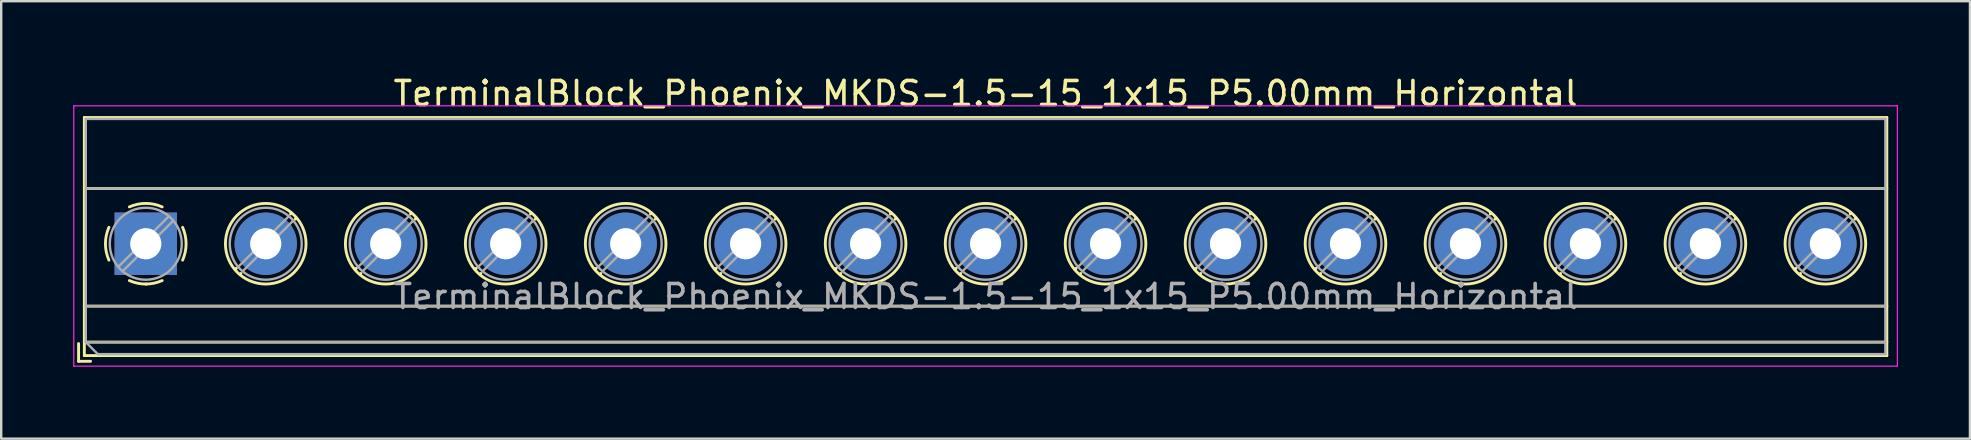
<source format=kicad_pcb>
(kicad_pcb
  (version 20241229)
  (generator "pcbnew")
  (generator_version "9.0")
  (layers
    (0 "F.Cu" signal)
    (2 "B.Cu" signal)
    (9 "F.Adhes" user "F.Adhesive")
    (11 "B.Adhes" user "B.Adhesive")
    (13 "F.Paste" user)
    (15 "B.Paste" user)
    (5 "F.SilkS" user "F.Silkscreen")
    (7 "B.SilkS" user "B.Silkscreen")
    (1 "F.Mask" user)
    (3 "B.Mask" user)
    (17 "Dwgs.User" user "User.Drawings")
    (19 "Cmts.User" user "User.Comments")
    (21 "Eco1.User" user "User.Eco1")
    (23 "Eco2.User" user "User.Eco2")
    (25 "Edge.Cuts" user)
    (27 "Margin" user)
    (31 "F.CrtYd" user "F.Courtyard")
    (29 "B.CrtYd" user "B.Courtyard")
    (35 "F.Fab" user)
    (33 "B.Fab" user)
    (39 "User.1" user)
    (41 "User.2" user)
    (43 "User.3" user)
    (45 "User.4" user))
  (footprint "TerminalBlock_Phoenix_MKDS-1.5-15_1x15_P5.00mm_Horizontal"
    (layer "F.Cu")
    (at 3.025 7.108)
    (property "Reference" "TerminalBlock_Phoenix_MKDS-1.5-15_1x15_P5.00mm_Horizontal" (at 35 -6.26 0) (layer "F.SilkS") (effects (font (size 1 1) (thickness 0.15))))
    (attr through_hole)
    (fp_line (start -2.8 4.16) (end -2.8 4.9) (stroke (width 0.12) (type solid)) (layer "F.SilkS"))
    (fp_line (start -2.8 4.9) (end -2.3 4.9) (stroke (width 0.12) (type solid)) (layer "F.SilkS"))
    (fp_line (start -2.56 -5.261) (end -2.56 4.66) (stroke (width 0.12) (type solid)) (layer "F.SilkS"))
    (fp_line (start -2.56 -5.261) (end 72.56 -5.261) (stroke (width 0.12) (type solid)) (layer "F.SilkS"))
    (fp_line (start -2.56 -2.301) (end 72.56 -2.301) (stroke (width 0.12) (type solid)) (layer "F.SilkS"))
    (fp_line (start -2.56 2.6) (end 72.56 2.6) (stroke (width 0.12) (type solid)) (layer "F.SilkS"))
    (fp_line (start -2.56 4.1) (end 72.56 4.1) (stroke (width 0.12) (type solid)) (layer "F.SilkS"))
    (fp_line (start -2.56 4.66) (end 72.56 4.66) (stroke (width 0.12) (type solid)) (layer "F.SilkS"))
    (fp_line (start 3.773 1.023) (end 3.726 1.069) (stroke (width 0.12) (type solid)) (layer "F.SilkS"))
    (fp_line (start 3.966 1.239) (end 3.931 1.274) (stroke (width 0.12) (type solid)) (layer "F.SilkS"))
    (fp_line (start 6.07 -1.275) (end 6.035 -1.239) (stroke (width 0.12) (type solid)) (layer "F.SilkS"))
    (fp_line (start 6.275 -1.069) (end 6.228 -1.023) (stroke (width 0.12) (type solid)) (layer "F.SilkS"))
    (fp_line (start 8.773 1.023) (end 8.726 1.069) (stroke (width 0.12) (type solid)) (layer "F.SilkS"))
    (fp_line (start 8.966 1.239) (end 8.931 1.274) (stroke (width 0.12) (type solid)) (layer "F.SilkS"))
    (fp_line (start 11.07 -1.275) (end 11.035 -1.239) (stroke (width 0.12) (type solid)) (layer "F.SilkS"))
    (fp_line (start 11.275 -1.069) (end 11.228 -1.023) (stroke (width 0.12) (type solid)) (layer "F.SilkS"))
    (fp_line (start 13.773 1.023) (end 13.726 1.069) (stroke (width 0.12) (type solid)) (layer "F.SilkS"))
    (fp_line (start 13.966 1.239) (end 13.931 1.274) (stroke (width 0.12) (type solid)) (layer "F.SilkS"))
    (fp_line (start 16.07 -1.275) (end 16.035 -1.239) (stroke (width 0.12) (type solid)) (layer "F.SilkS"))
    (fp_line (start 16.275 -1.069) (end 16.228 -1.023) (stroke (width 0.12) (type solid)) (layer "F.SilkS"))
    (fp_line (start 18.773 1.023) (end 18.726 1.069) (stroke (width 0.12) (type solid)) (layer "F.SilkS"))
    (fp_line (start 18.966 1.239) (end 18.931 1.274) (stroke (width 0.12) (type solid)) (layer "F.SilkS"))
    (fp_line (start 21.07 -1.275) (end 21.035 -1.239) (stroke (width 0.12) (type solid)) (layer "F.SilkS"))
    (fp_line (start 21.275 -1.069) (end 21.228 -1.023) (stroke (width 0.12) (type solid)) (layer "F.SilkS"))
    (fp_line (start 23.773 1.023) (end 23.726 1.069) (stroke (width 0.12) (type solid)) (layer "F.SilkS"))
    (fp_line (start 23.966 1.239) (end 23.931 1.274) (stroke (width 0.12) (type solid)) (layer "F.SilkS"))
    (fp_line (start 26.07 -1.275) (end 26.035 -1.239) (stroke (width 0.12) (type solid)) (layer "F.SilkS"))
    (fp_line (start 26.275 -1.069) (end 26.228 -1.023) (stroke (width 0.12) (type solid)) (layer "F.SilkS"))
    (fp_line (start 28.773 1.023) (end 28.726 1.069) (stroke (width 0.12) (type solid)) (layer "F.SilkS"))
    (fp_line (start 28.966 1.239) (end 28.931 1.274) (stroke (width 0.12) (type solid)) (layer "F.SilkS"))
    (fp_line (start 31.07 -1.275) (end 31.035 -1.239) (stroke (width 0.12) (type solid)) (layer "F.SilkS"))
    (fp_line (start 31.275 -1.069) (end 31.228 -1.023) (stroke (width 0.12) (type solid)) (layer "F.SilkS"))
    (fp_line (start 33.773 1.023) (end 33.726 1.069) (stroke (width 0.12) (type solid)) (layer "F.SilkS"))
    (fp_line (start 33.966 1.239) (end 33.931 1.274) (stroke (width 0.12) (type solid)) (layer "F.SilkS"))
    (fp_line (start 36.07 -1.275) (end 36.035 -1.239) (stroke (width 0.12) (type solid)) (layer "F.SilkS"))
    (fp_line (start 36.275 -1.069) (end 36.228 -1.023) (stroke (width 0.12) (type solid)) (layer "F.SilkS"))
    (fp_line (start 38.773 1.023) (end 38.726 1.069) (stroke (width 0.12) (type solid)) (layer "F.SilkS"))
    (fp_line (start 38.966 1.239) (end 38.931 1.274) (stroke (width 0.12) (type solid)) (layer "F.SilkS"))
    (fp_line (start 41.07 -1.275) (end 41.035 -1.239) (stroke (width 0.12) (type solid)) (layer "F.SilkS"))
    (fp_line (start 41.275 -1.069) (end 41.228 -1.023) (stroke (width 0.12) (type solid)) (layer "F.SilkS"))
    (fp_line (start 43.773 1.023) (end 43.726 1.069) (stroke (width 0.12) (type solid)) (layer "F.SilkS"))
    (fp_line (start 43.966 1.239) (end 43.931 1.274) (stroke (width 0.12) (type solid)) (layer "F.SilkS"))
    (fp_line (start 46.07 -1.275) (end 46.035 -1.239) (stroke (width 0.12) (type solid)) (layer "F.SilkS"))
    (fp_line (start 46.275 -1.069) (end 46.228 -1.023) (stroke (width 0.12) (type solid)) (layer "F.SilkS"))
    (fp_line (start 48.773 1.023) (end 48.726 1.069) (stroke (width 0.12) (type solid)) (layer "F.SilkS"))
    (fp_line (start 48.966 1.239) (end 48.931 1.274) (stroke (width 0.12) (type solid)) (layer "F.SilkS"))
    (fp_line (start 51.07 -1.275) (end 51.035 -1.239) (stroke (width 0.12) (type solid)) (layer "F.SilkS"))
    (fp_line (start 51.275 -1.069) (end 51.228 -1.023) (stroke (width 0.12) (type solid)) (layer "F.SilkS"))
    (fp_line (start 53.773 1.023) (end 53.726 1.069) (stroke (width 0.12) (type solid)) (layer "F.SilkS"))
    (fp_line (start 53.966 1.239) (end 53.931 1.274) (stroke (width 0.12) (type solid)) (layer "F.SilkS"))
    (fp_line (start 56.07 -1.275) (end 56.035 -1.239) (stroke (width 0.12) (type solid)) (layer "F.SilkS"))
    (fp_line (start 56.275 -1.069) (end 56.228 -1.023) (stroke (width 0.12) (type solid)) (layer "F.SilkS"))
    (fp_line (start 58.773 1.023) (end 58.726 1.069) (stroke (width 0.12) (type solid)) (layer "F.SilkS"))
    (fp_line (start 58.966 1.239) (end 58.931 1.274) (stroke (width 0.12) (type solid)) (layer "F.SilkS"))
    (fp_line (start 61.07 -1.275) (end 61.035 -1.239) (stroke (width 0.12) (type solid)) (layer "F.SilkS"))
    (fp_line (start 61.275 -1.069) (end 61.228 -1.023) (stroke (width 0.12) (type solid)) (layer "F.SilkS"))
    (fp_line (start 63.773 1.023) (end 63.726 1.069) (stroke (width 0.12) (type solid)) (layer "F.SilkS"))
    (fp_line (start 63.966 1.239) (end 63.931 1.274) (stroke (width 0.12) (type solid)) (layer "F.SilkS"))
    (fp_line (start 66.07 -1.275) (end 66.035 -1.239) (stroke (width 0.12) (type solid)) (layer "F.SilkS"))
    (fp_line (start 66.275 -1.069) (end 66.228 -1.023) (stroke (width 0.12) (type solid)) (layer "F.SilkS"))
    (fp_line (start 68.773 1.023) (end 68.726 1.069) (stroke (width 0.12) (type solid)) (layer "F.SilkS"))
    (fp_line (start 68.966 1.239) (end 68.931 1.274) (stroke (width 0.12) (type solid)) (layer "F.SilkS"))
    (fp_line (start 71.07 -1.275) (end 71.035 -1.239) (stroke (width 0.12) (type solid)) (layer "F.SilkS"))
    (fp_line (start 71.275 -1.069) (end 71.228 -1.023) (stroke (width 0.12) (type solid)) (layer "F.SilkS"))
    (fp_line (start 72.56 -5.261) (end 72.56 4.66) (stroke (width 0.12) (type solid)) (layer "F.SilkS"))
    (fp_arc (start -1.535427 0.683042) (mid -1.680501 -0.000524) (end -1.535 -0.684) (stroke (width 0.12) (type solid)) (layer "F.SilkS"))
    (fp_arc (start -0.683042 -1.535427) (mid 0.000524 -1.680501) (end 0.684 -1.535) (stroke (width 0.12) (type solid)) (layer "F.SilkS"))
    (fp_arc (start 0.028805 1.680253) (mid -0.335551 1.646659) (end -0.684 1.535) (stroke (width 0.12) (type solid)) (layer "F.SilkS"))
    (fp_arc (start 0.683318 1.534756) (mid 0.349292 1.643288) (end 0 1.68) (stroke (width 0.12) (type solid)) (layer "F.SilkS"))
    (fp_arc (start 1.535427 -0.683042) (mid 1.680501 0.000524) (end 1.535 0.684) (stroke (width 0.12) (type solid)) (layer "F.SilkS"))
    (fp_circle (center 5 0) (end 6.68 0) (stroke (width 0.12) (type solid)) (fill no) (layer "F.SilkS"))
    (fp_circle (center 10 0) (end 11.68 0) (stroke (width 0.12) (type solid)) (fill no) (layer "F.SilkS"))
    (fp_circle (center 15 0) (end 16.68 0) (stroke (width 0.12) (type solid)) (fill no) (layer "F.SilkS"))
    (fp_circle (center 20 0) (end 21.68 0) (stroke (width 0.12) (type solid)) (fill no) (layer "F.SilkS"))
    (fp_circle (center 25 0) (end 26.68 0) (stroke (width 0.12) (type solid)) (fill no) (layer "F.SilkS"))
    (fp_circle (center 30 0) (end 31.68 0) (stroke (width 0.12) (type solid)) (fill no) (layer "F.SilkS"))
    (fp_circle (center 35 0) (end 36.68 0) (stroke (width 0.12) (type solid)) (fill no) (layer "F.SilkS"))
    (fp_circle (center 40 0) (end 41.68 0) (stroke (width 0.12) (type solid)) (fill no) (layer "F.SilkS"))
    (fp_circle (center 45 0) (end 46.68 0) (stroke (width 0.12) (type solid)) (fill no) (layer "F.SilkS"))
    (fp_circle (center 50 0) (end 51.68 0) (stroke (width 0.12) (type solid)) (fill no) (layer "F.SilkS"))
    (fp_circle (center 55 0) (end 56.68 0) (stroke (width 0.12) (type solid)) (fill no) (layer "F.SilkS"))
    (fp_circle (center 60 0) (end 61.68 0) (stroke (width 0.12) (type solid)) (fill no) (layer "F.SilkS"))
    (fp_circle (center 65 0) (end 66.68 0) (stroke (width 0.12) (type solid)) (fill no) (layer "F.SilkS"))
    (fp_circle (center 70 0) (end 71.68 0) (stroke (width 0.12) (type solid)) (fill no) (layer "F.SilkS"))
    (fp_line (start -3 -5.75) (end -3 5.1) (stroke (width 0.05) (type solid)) (layer "F.CrtYd"))
    (fp_line (start -3 5.1) (end 73 5.1) (stroke (width 0.05) (type solid)) (layer "F.CrtYd"))
    (fp_line (start 73 -5.75) (end -3 -5.75) (stroke (width 0.05) (type solid)) (layer "F.CrtYd"))
    (fp_line (start 73 5.1) (end 73 -5.75) (stroke (width 0.05) (type solid)) (layer "F.CrtYd"))
    (fp_line (start -2.5 -5.2) (end 72.5 -5.2) (stroke (width 0.1) (type solid)) (layer "F.Fab"))
    (fp_line (start -2.5 -2.3) (end 72.5 -2.3) (stroke (width 0.1) (type solid)) (layer "F.Fab"))
    (fp_line (start -2.5 2.6) (end 72.5 2.6) (stroke (width 0.1) (type solid)) (layer "F.Fab"))
    (fp_line (start -2.5 4.1) (end -2.5 -5.2) (stroke (width 0.1) (type solid)) (layer "F.Fab"))
    (fp_line (start -2.5 4.1) (end 72.5 4.1) (stroke (width 0.1) (type solid)) (layer "F.Fab"))
    (fp_line (start -2 4.6) (end -2.5 4.1) (stroke (width 0.1) (type solid)) (layer "F.Fab"))
    (fp_line (start 0.955 -1.138) (end -1.138 0.955) (stroke (width 0.1) (type solid)) (layer "F.Fab"))
    (fp_line (start 1.138 -0.955) (end -0.955 1.138) (stroke (width 0.1) (type solid)) (layer "F.Fab"))
    (fp_line (start 5.955 -1.138) (end 3.863 0.955) (stroke (width 0.1) (type solid)) (layer "F.Fab"))
    (fp_line (start 6.138 -0.955) (end 4.046 1.138) (stroke (width 0.1) (type solid)) (layer "F.Fab"))
    (fp_line (start 10.955 -1.138) (end 8.863 0.955) (stroke (width 0.1) (type solid)) (layer "F.Fab"))
    (fp_line (start 11.138 -0.955) (end 9.046 1.138) (stroke (width 0.1) (type solid)) (layer "F.Fab"))
    (fp_line (start 15.955 -1.138) (end 13.863 0.955) (stroke (width 0.1) (type solid)) (layer "F.Fab"))
    (fp_line (start 16.138 -0.955) (end 14.046 1.138) (stroke (width 0.1) (type solid)) (layer "F.Fab"))
    (fp_line (start 20.955 -1.138) (end 18.863 0.955) (stroke (width 0.1) (type solid)) (layer "F.Fab"))
    (fp_line (start 21.138 -0.955) (end 19.046 1.138) (stroke (width 0.1) (type solid)) (layer "F.Fab"))
    (fp_line (start 25.955 -1.138) (end 23.863 0.955) (stroke (width 0.1) (type solid)) (layer "F.Fab"))
    (fp_line (start 26.138 -0.955) (end 24.046 1.138) (stroke (width 0.1) (type solid)) (layer "F.Fab"))
    (fp_line (start 30.955 -1.138) (end 28.863 0.955) (stroke (width 0.1) (type solid)) (layer "F.Fab"))
    (fp_line (start 31.138 -0.955) (end 29.046 1.138) (stroke (width 0.1) (type solid)) (layer "F.Fab"))
    (fp_line (start 35.955 -1.138) (end 33.863 0.955) (stroke (width 0.1) (type solid)) (layer "F.Fab"))
    (fp_line (start 36.138 -0.955) (end 34.046 1.138) (stroke (width 0.1) (type solid)) (layer "F.Fab"))
    (fp_line (start 40.955 -1.138) (end 38.863 0.955) (stroke (width 0.1) (type solid)) (layer "F.Fab"))
    (fp_line (start 41.138 -0.955) (end 39.046 1.138) (stroke (width 0.1) (type solid)) (layer "F.Fab"))
    (fp_line (start 45.955 -1.138) (end 43.863 0.955) (stroke (width 0.1) (type solid)) (layer "F.Fab"))
    (fp_line (start 46.138 -0.955) (end 44.046 1.138) (stroke (width 0.1) (type solid)) (layer "F.Fab"))
    (fp_line (start 50.955 -1.138) (end 48.863 0.955) (stroke (width 0.1) (type solid)) (layer "F.Fab"))
    (fp_line (start 51.138 -0.955) (end 49.046 1.138) (stroke (width 0.1) (type solid)) (layer "F.Fab"))
    (fp_line (start 55.955 -1.138) (end 53.863 0.955) (stroke (width 0.1) (type solid)) (layer "F.Fab"))
    (fp_line (start 56.138 -0.955) (end 54.046 1.138) (stroke (width 0.1) (type solid)) (layer "F.Fab"))
    (fp_line (start 60.955 -1.138) (end 58.863 0.955) (stroke (width 0.1) (type solid)) (layer "F.Fab"))
    (fp_line (start 61.138 -0.955) (end 59.046 1.138) (stroke (width 0.1) (type solid)) (layer "F.Fab"))
    (fp_line (start 65.955 -1.138) (end 63.863 0.955) (stroke (width 0.1) (type solid)) (layer "F.Fab"))
    (fp_line (start 66.138 -0.955) (end 64.046 1.138) (stroke (width 0.1) (type solid)) (layer "F.Fab"))
    (fp_line (start 70.955 -1.138) (end 68.863 0.955) (stroke (width 0.1) (type solid)) (layer "F.Fab"))
    (fp_line (start 71.138 -0.955) (end 69.046 1.138) (stroke (width 0.1) (type solid)) (layer "F.Fab"))
    (fp_line (start 72.5 -5.2) (end 72.5 4.6) (stroke (width 0.1) (type solid)) (layer "F.Fab"))
    (fp_line (start 72.5 4.6) (end -2 4.6) (stroke (width 0.1) (type solid)) (layer "F.Fab"))
    (fp_circle (center 0 0) (end 1.5 0) (stroke (width 0.1) (type solid)) (fill no) (layer "F.Fab"))
    (fp_circle (center 5 0) (end 6.5 0) (stroke (width 0.1) (type solid)) (fill no) (layer "F.Fab"))
    (fp_circle (center 10 0) (end 11.5 0) (stroke (width 0.1) (type solid)) (fill no) (layer "F.Fab"))
    (fp_circle (center 15 0) (end 16.5 0) (stroke (width 0.1) (type solid)) (fill no) (layer "F.Fab"))
    (fp_circle (center 20 0) (end 21.5 0) (stroke (width 0.1) (type solid)) (fill no) (layer "F.Fab"))
    (fp_circle (center 25 0) (end 26.5 0) (stroke (width 0.1) (type solid)) (fill no) (layer "F.Fab"))
    (fp_circle (center 30 0) (end 31.5 0) (stroke (width 0.1) (type solid)) (fill no) (layer "F.Fab"))
    (fp_circle (center 35 0) (end 36.5 0) (stroke (width 0.1) (type solid)) (fill no) (layer "F.Fab"))
    (fp_circle (center 40 0) (end 41.5 0) (stroke (width 0.1) (type solid)) (fill no) (layer "F.Fab"))
    (fp_circle (center 45 0) (end 46.5 0) (stroke (width 0.1) (type solid)) (fill no) (layer "F.Fab"))
    (fp_circle (center 50 0) (end 51.5 0) (stroke (width 0.1) (type solid)) (fill no) (layer "F.Fab"))
    (fp_circle (center 55 0) (end 56.5 0) (stroke (width 0.1) (type solid)) (fill no) (layer "F.Fab"))
    (fp_circle (center 60 0) (end 61.5 0) (stroke (width 0.1) (type solid)) (fill no) (layer "F.Fab"))
    (fp_circle (center 65 0) (end 66.5 0) (stroke (width 0.1) (type solid)) (fill no) (layer "F.Fab"))
    (fp_circle (center 70 0) (end 71.5 0) (stroke (width 0.1) (type solid)) (fill no) (layer "F.Fab"))
    (fp_text user "${REFERENCE}" (at 35 2.2 0) (layer "F.Fab") (effects (font (size 1 1) (thickness 0.15))))
    (pad "1" thru_hole rect (at 0 0) (size 2.6 2.6) (drill 1.3) (layers "*.Cu" "*.Mask"))
    (pad "2" thru_hole circle (at 5 0) (size 2.6 2.6) (drill 1.3) (layers "*.Cu" "*.Mask"))
    (pad "3" thru_hole circle (at 10 0) (size 2.6 2.6) (drill 1.3) (layers "*.Cu" "*.Mask"))
    (pad "4" thru_hole circle (at 15 0) (size 2.6 2.6) (drill 1.3) (layers "*.Cu" "*.Mask"))
    (pad "5" thru_hole circle (at 20 0) (size 2.6 2.6) (drill 1.3) (layers "*.Cu" "*.Mask"))
    (pad "6" thru_hole circle (at 25 0) (size 2.6 2.6) (drill 1.3) (layers "*.Cu" "*.Mask"))
    (pad "7" thru_hole circle (at 30 0) (size 2.6 2.6) (drill 1.3) (layers "*.Cu" "*.Mask"))
    (pad "8" thru_hole circle (at 35 0) (size 2.6 2.6) (drill 1.3) (layers "*.Cu" "*.Mask"))
    (pad "9" thru_hole circle (at 40 0) (size 2.6 2.6) (drill 1.3) (layers "*.Cu" "*.Mask"))
    (pad "10" thru_hole circle (at 45 0) (size 2.6 2.6) (drill 1.3) (layers "*.Cu" "*.Mask"))
    (pad "11" thru_hole circle (at 50 0) (size 2.6 2.6) (drill 1.3) (layers "*.Cu" "*.Mask"))
    (pad "12" thru_hole circle (at 55 0) (size 2.6 2.6) (drill 1.3) (layers "*.Cu" "*.Mask"))
    (pad "13" thru_hole circle (at 60 0) (size 2.6 2.6) (drill 1.3) (layers "*.Cu" "*.Mask"))
    (pad "14" thru_hole circle (at 65 0) (size 2.6 2.6) (drill 1.3) (layers "*.Cu" "*.Mask"))
    (pad "15" thru_hole circle (at 70 0) (size 2.6 2.6) (drill 1.3) (layers "*.Cu" "*.Mask")))
  (gr_rect
    (start -3 -3)
    (end 79.05 15.233)
    (stroke (width 0.1) (type default))
    (fill no)
    (layer "Edge.Cuts")))
</source>
